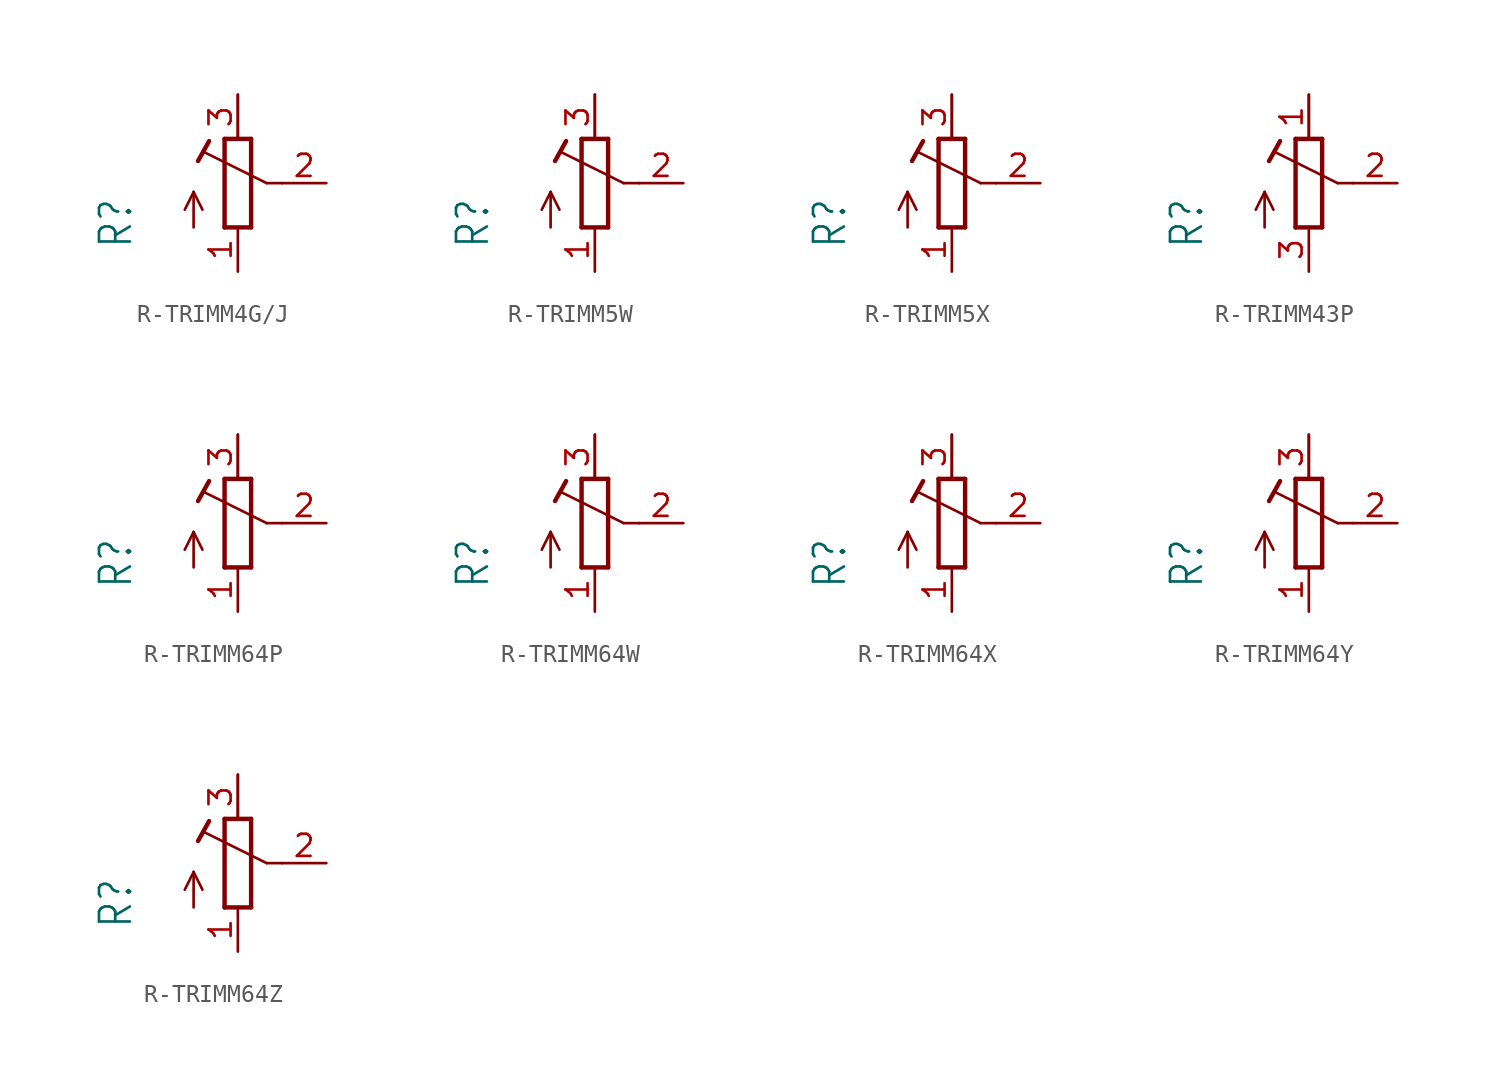
<source format=kicad_sym>
(kicad_symbol_lib
  (version 20231120)
  (generator "kicad_symbol_editor")
  (generator_version "8.0")
  (symbol "R-TRIMM4G/J"
    (property "Reference" "R"
      (at -5.969 -3.81 90)
      (effects (font (size 1.778 1.511)) (justify left bottom)))
    (property "Value" ""
      (at -3.81 -3.81 90)
      (effects (font (size 1.778 1.511)) (justify left bottom)))
    (property "ki_locked" ""
      (at 0 0 0)
      (effects (font (size 1.27 1.27))))
    (symbol "R-TRIMM4G/J_1_0"
      (polyline (pts (xy -2.54 -2.54) (xy -2.54 -0.508)) (stroke (width 0.152) (type solid)) (fill (type none)))
      (polyline (pts (xy -2.54 -0.508) (xy -3.048 -1.524)) (stroke (width 0.152) (type solid)) (fill (type none)))
      (polyline (pts (xy -2.54 -0.508) (xy -2.032 -1.524)) (stroke (width 0.152) (type solid)) (fill (type none)))
      (polyline (pts (xy -2.286 1.27) (xy -1.651 2.413)) (stroke (width 0.254) (type solid)) (fill (type none)))
      (polyline (pts (xy -0.762 -2.54) (xy 0.762 -2.54)) (stroke (width 0.254) (type solid)) (fill (type none)))
      (polyline (pts (xy -0.762 2.54) (xy -0.762 -2.54)) (stroke (width 0.254) (type solid)) (fill (type none)))
      (polyline (pts (xy 0 2.54) (xy -0.762 2.54)) (stroke (width 0.254) (type solid)) (fill (type none)))
      (polyline (pts (xy 0 2.54) (xy 0 5.08)) (stroke (width 0.152) (type solid)) (fill (type none)))
      (polyline (pts (xy 0.762 -2.54) (xy 0.762 2.54)) (stroke (width 0.254) (type solid)) (fill (type none)))
      (polyline (pts (xy 0.762 2.54) (xy 0 2.54)) (stroke (width 0.254) (type solid)) (fill (type none)))
      (polyline (pts (xy 1.651 0) (xy -1.88 1.753)) (stroke (width 0.152) (type solid)) (fill (type none)))
      (polyline (pts (xy 2.54 0) (xy 1.651 0)) (stroke (width 0.152) (type solid)) (fill (type none)))
      (pin passive line (at 0 -5.08 90) (length 2.54) (name "E" (effects (font (size 0 0)))) (number "1" (effects (font (size 1.27 1.27)))))
      (pin passive line (at 5.08 0 180) (length 2.54) (name "S" (effects (font (size 0 0)))) (number "2" (effects (font (size 1.27 1.27)))))
      (pin passive line (at 0 5.08 270) (length 2.54) (name "A" (effects (font (size 0 0)))) (number "3" (effects (font (size 1.27 1.27)))))))
  (symbol "R-TRIMM5W"
    (property "Reference" "R"
      (at -5.969 -3.81 90)
      (effects (font (size 1.778 1.511)) (justify left bottom)))
    (property "Value" ""
      (at -3.81 -3.81 90)
      (effects (font (size 1.778 1.511)) (justify left bottom)))
    (property "ki_locked" ""
      (at 0 0 0)
      (effects (font (size 1.27 1.27))))
    (symbol "R-TRIMM5W_1_0"
      (polyline (pts (xy -2.54 -2.54) (xy -2.54 -0.508)) (stroke (width 0.152) (type solid)) (fill (type none)))
      (polyline (pts (xy -2.54 -0.508) (xy -3.048 -1.524)) (stroke (width 0.152) (type solid)) (fill (type none)))
      (polyline (pts (xy -2.54 -0.508) (xy -2.032 -1.524)) (stroke (width 0.152) (type solid)) (fill (type none)))
      (polyline (pts (xy -2.286 1.27) (xy -1.651 2.413)) (stroke (width 0.254) (type solid)) (fill (type none)))
      (polyline (pts (xy -0.762 -2.54) (xy 0.762 -2.54)) (stroke (width 0.254) (type solid)) (fill (type none)))
      (polyline (pts (xy -0.762 2.54) (xy -0.762 -2.54)) (stroke (width 0.254) (type solid)) (fill (type none)))
      (polyline (pts (xy 0 2.54) (xy -0.762 2.54)) (stroke (width 0.254) (type solid)) (fill (type none)))
      (polyline (pts (xy 0 2.54) (xy 0 5.08)) (stroke (width 0.152) (type solid)) (fill (type none)))
      (polyline (pts (xy 0.762 -2.54) (xy 0.762 2.54)) (stroke (width 0.254) (type solid)) (fill (type none)))
      (polyline (pts (xy 0.762 2.54) (xy 0 2.54)) (stroke (width 0.254) (type solid)) (fill (type none)))
      (polyline (pts (xy 1.651 0) (xy -1.88 1.753)) (stroke (width 0.152) (type solid)) (fill (type none)))
      (polyline (pts (xy 2.54 0) (xy 1.651 0)) (stroke (width 0.152) (type solid)) (fill (type none)))
      (pin passive line (at 0 -5.08 90) (length 2.54) (name "E" (effects (font (size 0 0)))) (number "1" (effects (font (size 1.27 1.27)))))
      (pin passive line (at 5.08 0 180) (length 2.54) (name "S" (effects (font (size 0 0)))) (number "2" (effects (font (size 1.27 1.27)))))
      (pin passive line (at 0 5.08 270) (length 2.54) (name "A" (effects (font (size 0 0)))) (number "3" (effects (font (size 1.27 1.27)))))))
  (symbol "R-TRIMM5X"
    (property "Reference" "R"
      (at -5.969 -3.81 90)
      (effects (font (size 1.778 1.511)) (justify left bottom)))
    (property "Value" ""
      (at -3.81 -3.81 90)
      (effects (font (size 1.778 1.511)) (justify left bottom)))
    (property "ki_locked" ""
      (at 0 0 0)
      (effects (font (size 1.27 1.27))))
    (symbol "R-TRIMM5X_1_0"
      (polyline (pts (xy -2.54 -2.54) (xy -2.54 -0.508)) (stroke (width 0.152) (type solid)) (fill (type none)))
      (polyline (pts (xy -2.54 -0.508) (xy -3.048 -1.524)) (stroke (width 0.152) (type solid)) (fill (type none)))
      (polyline (pts (xy -2.54 -0.508) (xy -2.032 -1.524)) (stroke (width 0.152) (type solid)) (fill (type none)))
      (polyline (pts (xy -2.286 1.27) (xy -1.651 2.413)) (stroke (width 0.254) (type solid)) (fill (type none)))
      (polyline (pts (xy -0.762 -2.54) (xy 0.762 -2.54)) (stroke (width 0.254) (type solid)) (fill (type none)))
      (polyline (pts (xy -0.762 2.54) (xy -0.762 -2.54)) (stroke (width 0.254) (type solid)) (fill (type none)))
      (polyline (pts (xy 0 2.54) (xy -0.762 2.54)) (stroke (width 0.254) (type solid)) (fill (type none)))
      (polyline (pts (xy 0 2.54) (xy 0 5.08)) (stroke (width 0.152) (type solid)) (fill (type none)))
      (polyline (pts (xy 0.762 -2.54) (xy 0.762 2.54)) (stroke (width 0.254) (type solid)) (fill (type none)))
      (polyline (pts (xy 0.762 2.54) (xy 0 2.54)) (stroke (width 0.254) (type solid)) (fill (type none)))
      (polyline (pts (xy 1.651 0) (xy -1.88 1.753)) (stroke (width 0.152) (type solid)) (fill (type none)))
      (polyline (pts (xy 2.54 0) (xy 1.651 0)) (stroke (width 0.152) (type solid)) (fill (type none)))
      (pin passive line (at 0 -5.08 90) (length 2.54) (name "E" (effects (font (size 0 0)))) (number "1" (effects (font (size 1.27 1.27)))))
      (pin passive line (at 5.08 0 180) (length 2.54) (name "S" (effects (font (size 0 0)))) (number "2" (effects (font (size 1.27 1.27)))))
      (pin passive line (at 0 5.08 270) (length 2.54) (name "A" (effects (font (size 0 0)))) (number "3" (effects (font (size 1.27 1.27)))))))
  (symbol "R-TRIMM43P"
    (property "Reference" "R"
      (at -5.969 -3.81 90)
      (effects (font (size 1.778 1.511)) (justify left bottom)))
    (property "Value" ""
      (at -3.81 -3.81 90)
      (effects (font (size 1.778 1.511)) (justify left bottom)))
    (property "ki_locked" ""
      (at 0 0 0)
      (effects (font (size 1.27 1.27))))
    (symbol "R-TRIMM43P_1_0"
      (polyline (pts (xy -2.54 -2.54) (xy -2.54 -0.508)) (stroke (width 0.152) (type solid)) (fill (type none)))
      (polyline (pts (xy -2.54 -0.508) (xy -3.048 -1.524)) (stroke (width 0.152) (type solid)) (fill (type none)))
      (polyline (pts (xy -2.54 -0.508) (xy -2.032 -1.524)) (stroke (width 0.152) (type solid)) (fill (type none)))
      (polyline (pts (xy -2.286 1.27) (xy -1.651 2.413)) (stroke (width 0.254) (type solid)) (fill (type none)))
      (polyline (pts (xy -0.762 -2.54) (xy 0.762 -2.54)) (stroke (width 0.254) (type solid)) (fill (type none)))
      (polyline (pts (xy -0.762 2.54) (xy -0.762 -2.54)) (stroke (width 0.254) (type solid)) (fill (type none)))
      (polyline (pts (xy 0 2.54) (xy -0.762 2.54)) (stroke (width 0.254) (type solid)) (fill (type none)))
      (polyline (pts (xy 0 2.54) (xy 0 5.08)) (stroke (width 0.152) (type solid)) (fill (type none)))
      (polyline (pts (xy 0.762 -2.54) (xy 0.762 2.54)) (stroke (width 0.254) (type solid)) (fill (type none)))
      (polyline (pts (xy 0.762 2.54) (xy 0 2.54)) (stroke (width 0.254) (type solid)) (fill (type none)))
      (polyline (pts (xy 1.651 0) (xy -1.88 1.753)) (stroke (width 0.152) (type solid)) (fill (type none)))
      (polyline (pts (xy 2.54 0) (xy 1.651 0)) (stroke (width 0.152) (type solid)) (fill (type none)))
      (pin passive line (at 0 5.08 270) (length 2.54) (name "A" (effects (font (size 0 0)))) (number "1" (effects (font (size 1.27 1.27)))))
      (pin passive line (at 5.08 0 180) (length 2.54) (name "S" (effects (font (size 0 0)))) (number "2" (effects (font (size 1.27 1.27)))))
      (pin passive line (at 0 -5.08 90) (length 2.54) (name "E" (effects (font (size 0 0)))) (number "3" (effects (font (size 1.27 1.27)))))))
  (symbol "R-TRIMM64P"
    (property "Reference" "R"
      (at -5.969 -3.81 90)
      (effects (font (size 1.778 1.511)) (justify left bottom)))
    (property "Value" ""
      (at -3.81 -3.81 90)
      (effects (font (size 1.778 1.511)) (justify left bottom)))
    (property "ki_locked" ""
      (at 0 0 0)
      (effects (font (size 1.27 1.27))))
    (symbol "R-TRIMM64P_1_0"
      (polyline (pts (xy -2.54 -2.54) (xy -2.54 -0.508)) (stroke (width 0.152) (type solid)) (fill (type none)))
      (polyline (pts (xy -2.54 -0.508) (xy -3.048 -1.524)) (stroke (width 0.152) (type solid)) (fill (type none)))
      (polyline (pts (xy -2.54 -0.508) (xy -2.032 -1.524)) (stroke (width 0.152) (type solid)) (fill (type none)))
      (polyline (pts (xy -2.286 1.27) (xy -1.651 2.413)) (stroke (width 0.254) (type solid)) (fill (type none)))
      (polyline (pts (xy -0.762 -2.54) (xy 0.762 -2.54)) (stroke (width 0.254) (type solid)) (fill (type none)))
      (polyline (pts (xy -0.762 2.54) (xy -0.762 -2.54)) (stroke (width 0.254) (type solid)) (fill (type none)))
      (polyline (pts (xy 0 2.54) (xy -0.762 2.54)) (stroke (width 0.254) (type solid)) (fill (type none)))
      (polyline (pts (xy 0 2.54) (xy 0 5.08)) (stroke (width 0.152) (type solid)) (fill (type none)))
      (polyline (pts (xy 0.762 -2.54) (xy 0.762 2.54)) (stroke (width 0.254) (type solid)) (fill (type none)))
      (polyline (pts (xy 0.762 2.54) (xy 0 2.54)) (stroke (width 0.254) (type solid)) (fill (type none)))
      (polyline (pts (xy 1.651 0) (xy -1.88 1.753)) (stroke (width 0.152) (type solid)) (fill (type none)))
      (polyline (pts (xy 2.54 0) (xy 1.651 0)) (stroke (width 0.152) (type solid)) (fill (type none)))
      (pin passive line (at 0 -5.08 90) (length 2.54) (name "E" (effects (font (size 0 0)))) (number "1" (effects (font (size 1.27 1.27)))))
      (pin passive line (at 5.08 0 180) (length 2.54) (name "S" (effects (font (size 0 0)))) (number "2" (effects (font (size 1.27 1.27)))))
      (pin passive line (at 0 5.08 270) (length 2.54) (name "A" (effects (font (size 0 0)))) (number "3" (effects (font (size 1.27 1.27)))))))
  (symbol "R-TRIMM64W"
    (property "Reference" "R"
      (at -5.969 -3.81 90)
      (effects (font (size 1.778 1.511)) (justify left bottom)))
    (property "Value" ""
      (at -3.81 -3.81 90)
      (effects (font (size 1.778 1.511)) (justify left bottom)))
    (property "ki_locked" ""
      (at 0 0 0)
      (effects (font (size 1.27 1.27))))
    (symbol "R-TRIMM64W_1_0"
      (polyline (pts (xy -2.54 -2.54) (xy -2.54 -0.508)) (stroke (width 0.152) (type solid)) (fill (type none)))
      (polyline (pts (xy -2.54 -0.508) (xy -3.048 -1.524)) (stroke (width 0.152) (type solid)) (fill (type none)))
      (polyline (pts (xy -2.54 -0.508) (xy -2.032 -1.524)) (stroke (width 0.152) (type solid)) (fill (type none)))
      (polyline (pts (xy -2.286 1.27) (xy -1.651 2.413)) (stroke (width 0.254) (type solid)) (fill (type none)))
      (polyline (pts (xy -0.762 -2.54) (xy 0.762 -2.54)) (stroke (width 0.254) (type solid)) (fill (type none)))
      (polyline (pts (xy -0.762 2.54) (xy -0.762 -2.54)) (stroke (width 0.254) (type solid)) (fill (type none)))
      (polyline (pts (xy 0 2.54) (xy -0.762 2.54)) (stroke (width 0.254) (type solid)) (fill (type none)))
      (polyline (pts (xy 0 2.54) (xy 0 5.08)) (stroke (width 0.152) (type solid)) (fill (type none)))
      (polyline (pts (xy 0.762 -2.54) (xy 0.762 2.54)) (stroke (width 0.254) (type solid)) (fill (type none)))
      (polyline (pts (xy 0.762 2.54) (xy 0 2.54)) (stroke (width 0.254) (type solid)) (fill (type none)))
      (polyline (pts (xy 1.651 0) (xy -1.88 1.753)) (stroke (width 0.152) (type solid)) (fill (type none)))
      (polyline (pts (xy 2.54 0) (xy 1.651 0)) (stroke (width 0.152) (type solid)) (fill (type none)))
      (pin passive line (at 0 -5.08 90) (length 2.54) (name "E" (effects (font (size 0 0)))) (number "1" (effects (font (size 1.27 1.27)))))
      (pin passive line (at 5.08 0 180) (length 2.54) (name "S" (effects (font (size 0 0)))) (number "2" (effects (font (size 1.27 1.27)))))
      (pin passive line (at 0 5.08 270) (length 2.54) (name "A" (effects (font (size 0 0)))) (number "3" (effects (font (size 1.27 1.27)))))))
  (symbol "R-TRIMM64X"
    (property "Reference" "R"
      (at -5.969 -3.81 90)
      (effects (font (size 1.778 1.511)) (justify left bottom)))
    (property "Value" ""
      (at -3.81 -3.81 90)
      (effects (font (size 1.778 1.511)) (justify left bottom)))
    (property "ki_locked" ""
      (at 0 0 0)
      (effects (font (size 1.27 1.27))))
    (symbol "R-TRIMM64X_1_0"
      (polyline (pts (xy -2.54 -2.54) (xy -2.54 -0.508)) (stroke (width 0.152) (type solid)) (fill (type none)))
      (polyline (pts (xy -2.54 -0.508) (xy -3.048 -1.524)) (stroke (width 0.152) (type solid)) (fill (type none)))
      (polyline (pts (xy -2.54 -0.508) (xy -2.032 -1.524)) (stroke (width 0.152) (type solid)) (fill (type none)))
      (polyline (pts (xy -2.286 1.27) (xy -1.651 2.413)) (stroke (width 0.254) (type solid)) (fill (type none)))
      (polyline (pts (xy -0.762 -2.54) (xy 0.762 -2.54)) (stroke (width 0.254) (type solid)) (fill (type none)))
      (polyline (pts (xy -0.762 2.54) (xy -0.762 -2.54)) (stroke (width 0.254) (type solid)) (fill (type none)))
      (polyline (pts (xy 0 2.54) (xy -0.762 2.54)) (stroke (width 0.254) (type solid)) (fill (type none)))
      (polyline (pts (xy 0 2.54) (xy 0 5.08)) (stroke (width 0.152) (type solid)) (fill (type none)))
      (polyline (pts (xy 0.762 -2.54) (xy 0.762 2.54)) (stroke (width 0.254) (type solid)) (fill (type none)))
      (polyline (pts (xy 0.762 2.54) (xy 0 2.54)) (stroke (width 0.254) (type solid)) (fill (type none)))
      (polyline (pts (xy 1.651 0) (xy -1.88 1.753)) (stroke (width 0.152) (type solid)) (fill (type none)))
      (polyline (pts (xy 2.54 0) (xy 1.651 0)) (stroke (width 0.152) (type solid)) (fill (type none)))
      (pin passive line (at 0 -5.08 90) (length 2.54) (name "E" (effects (font (size 0 0)))) (number "1" (effects (font (size 1.27 1.27)))))
      (pin passive line (at 5.08 0 180) (length 2.54) (name "S" (effects (font (size 0 0)))) (number "2" (effects (font (size 1.27 1.27)))))
      (pin passive line (at 0 5.08 270) (length 2.54) (name "A" (effects (font (size 0 0)))) (number "3" (effects (font (size 1.27 1.27)))))))
  (symbol "R-TRIMM64Y"
    (property "Reference" "R"
      (at -5.969 -3.81 90)
      (effects (font (size 1.778 1.511)) (justify left bottom)))
    (property "Value" ""
      (at -3.81 -3.81 90)
      (effects (font (size 1.778 1.511)) (justify left bottom)))
    (property "ki_locked" ""
      (at 0 0 0)
      (effects (font (size 1.27 1.27))))
    (symbol "R-TRIMM64Y_1_0"
      (polyline (pts (xy -2.54 -2.54) (xy -2.54 -0.508)) (stroke (width 0.152) (type solid)) (fill (type none)))
      (polyline (pts (xy -2.54 -0.508) (xy -3.048 -1.524)) (stroke (width 0.152) (type solid)) (fill (type none)))
      (polyline (pts (xy -2.54 -0.508) (xy -2.032 -1.524)) (stroke (width 0.152) (type solid)) (fill (type none)))
      (polyline (pts (xy -2.286 1.27) (xy -1.651 2.413)) (stroke (width 0.254) (type solid)) (fill (type none)))
      (polyline (pts (xy -0.762 -2.54) (xy 0.762 -2.54)) (stroke (width 0.254) (type solid)) (fill (type none)))
      (polyline (pts (xy -0.762 2.54) (xy -0.762 -2.54)) (stroke (width 0.254) (type solid)) (fill (type none)))
      (polyline (pts (xy 0 2.54) (xy -0.762 2.54)) (stroke (width 0.254) (type solid)) (fill (type none)))
      (polyline (pts (xy 0 2.54) (xy 0 5.08)) (stroke (width 0.152) (type solid)) (fill (type none)))
      (polyline (pts (xy 0.762 -2.54) (xy 0.762 2.54)) (stroke (width 0.254) (type solid)) (fill (type none)))
      (polyline (pts (xy 0.762 2.54) (xy 0 2.54)) (stroke (width 0.254) (type solid)) (fill (type none)))
      (polyline (pts (xy 1.651 0) (xy -1.88 1.753)) (stroke (width 0.152) (type solid)) (fill (type none)))
      (polyline (pts (xy 2.54 0) (xy 1.651 0)) (stroke (width 0.152) (type solid)) (fill (type none)))
      (pin passive line (at 0 -5.08 90) (length 2.54) (name "E" (effects (font (size 0 0)))) (number "1" (effects (font (size 1.27 1.27)))))
      (pin passive line (at 5.08 0 180) (length 2.54) (name "S" (effects (font (size 0 0)))) (number "2" (effects (font (size 1.27 1.27)))))
      (pin passive line (at 0 5.08 270) (length 2.54) (name "A" (effects (font (size 0 0)))) (number "3" (effects (font (size 1.27 1.27)))))))
  (symbol "R-TRIMM64Z"
    (property "Reference" "R"
      (at -5.969 -3.81 90)
      (effects (font (size 1.778 1.511)) (justify left bottom)))
    (property "Value" ""
      (at -3.81 -3.81 90)
      (effects (font (size 1.778 1.511)) (justify left bottom)))
    (property "ki_locked" ""
      (at 0 0 0)
      (effects (font (size 1.27 1.27))))
    (symbol "R-TRIMM64Z_1_0"
      (polyline (pts (xy -2.54 -2.54) (xy -2.54 -0.508)) (stroke (width 0.152) (type solid)) (fill (type none)))
      (polyline (pts (xy -2.54 -0.508) (xy -3.048 -1.524)) (stroke (width 0.152) (type solid)) (fill (type none)))
      (polyline (pts (xy -2.54 -0.508) (xy -2.032 -1.524)) (stroke (width 0.152) (type solid)) (fill (type none)))
      (polyline (pts (xy -2.286 1.27) (xy -1.651 2.413)) (stroke (width 0.254) (type solid)) (fill (type none)))
      (polyline (pts (xy -0.762 -2.54) (xy 0.762 -2.54)) (stroke (width 0.254) (type solid)) (fill (type none)))
      (polyline (pts (xy -0.762 2.54) (xy -0.762 -2.54)) (stroke (width 0.254) (type solid)) (fill (type none)))
      (polyline (pts (xy 0 2.54) (xy -0.762 2.54)) (stroke (width 0.254) (type solid)) (fill (type none)))
      (polyline (pts (xy 0 2.54) (xy 0 5.08)) (stroke (width 0.152) (type solid)) (fill (type none)))
      (polyline (pts (xy 0.762 -2.54) (xy 0.762 2.54)) (stroke (width 0.254) (type solid)) (fill (type none)))
      (polyline (pts (xy 0.762 2.54) (xy 0 2.54)) (stroke (width 0.254) (type solid)) (fill (type none)))
      (polyline (pts (xy 1.651 0) (xy -1.88 1.753)) (stroke (width 0.152) (type solid)) (fill (type none)))
      (polyline (pts (xy 2.54 0) (xy 1.651 0)) (stroke (width 0.152) (type solid)) (fill (type none)))
      (pin passive line (at 0 -5.08 90) (length 2.54) (name "E" (effects (font (size 0 0)))) (number "1" (effects (font (size 1.27 1.27)))))
      (pin passive line (at 5.08 0 180) (length 2.54) (name "S" (effects (font (size 0 0)))) (number "2" (effects (font (size 1.27 1.27)))))
      (pin passive line (at 0 5.08 270) (length 2.54) (name "A" (effects (font (size 0 0)))) (number "3" (effects (font (size 1.27 1.27))))))))
</source>
